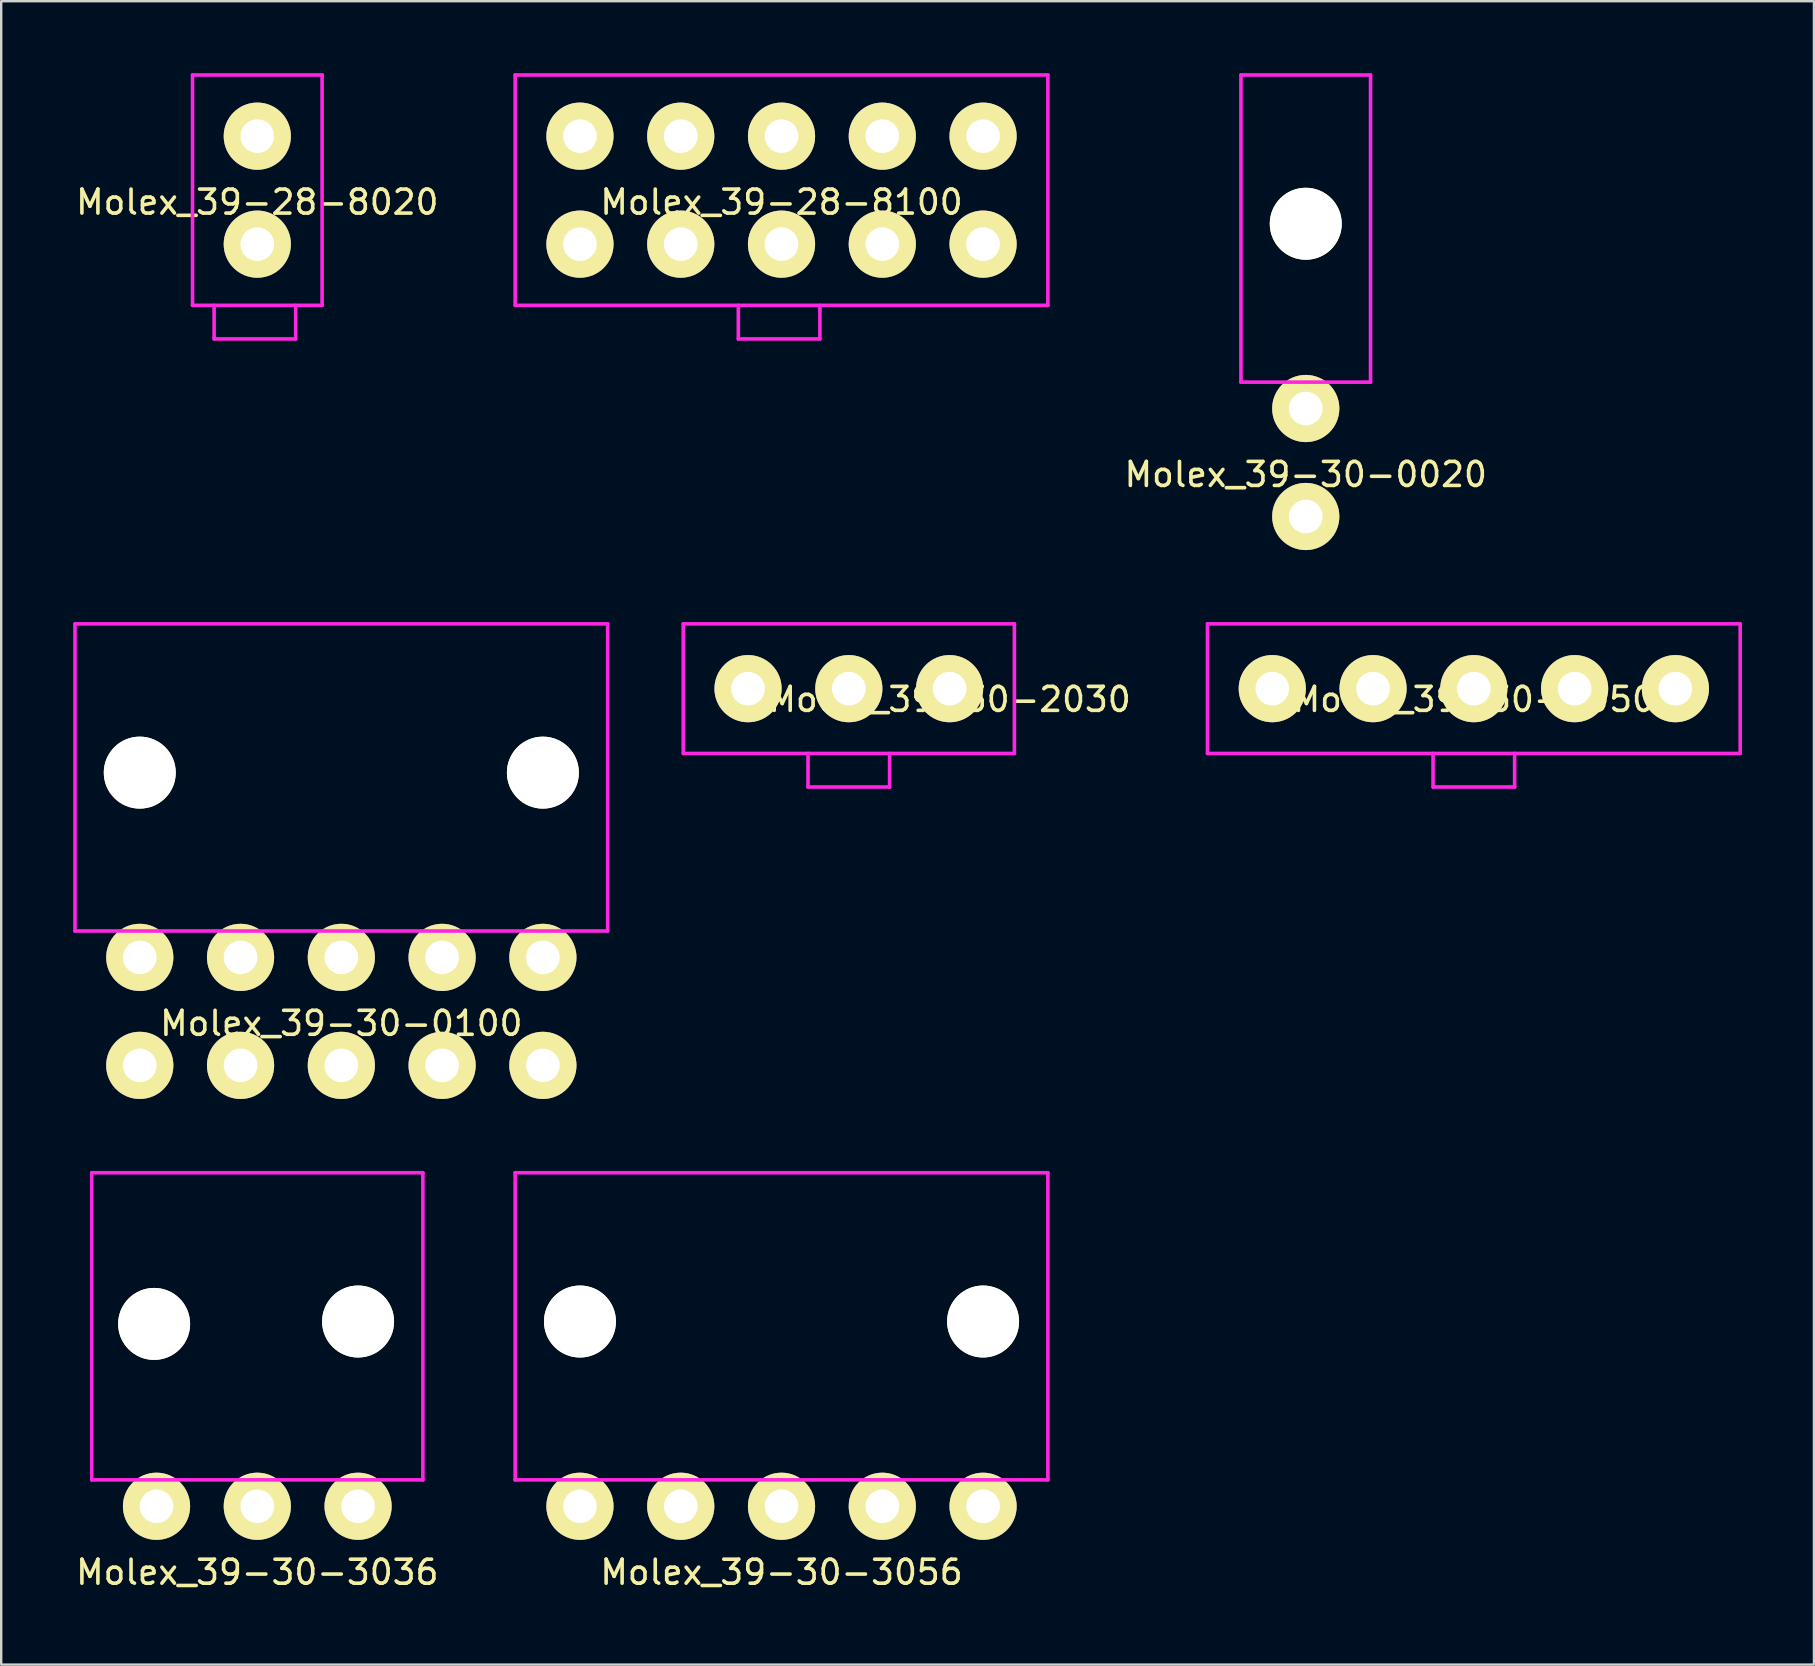
<source format=kicad_pcb>
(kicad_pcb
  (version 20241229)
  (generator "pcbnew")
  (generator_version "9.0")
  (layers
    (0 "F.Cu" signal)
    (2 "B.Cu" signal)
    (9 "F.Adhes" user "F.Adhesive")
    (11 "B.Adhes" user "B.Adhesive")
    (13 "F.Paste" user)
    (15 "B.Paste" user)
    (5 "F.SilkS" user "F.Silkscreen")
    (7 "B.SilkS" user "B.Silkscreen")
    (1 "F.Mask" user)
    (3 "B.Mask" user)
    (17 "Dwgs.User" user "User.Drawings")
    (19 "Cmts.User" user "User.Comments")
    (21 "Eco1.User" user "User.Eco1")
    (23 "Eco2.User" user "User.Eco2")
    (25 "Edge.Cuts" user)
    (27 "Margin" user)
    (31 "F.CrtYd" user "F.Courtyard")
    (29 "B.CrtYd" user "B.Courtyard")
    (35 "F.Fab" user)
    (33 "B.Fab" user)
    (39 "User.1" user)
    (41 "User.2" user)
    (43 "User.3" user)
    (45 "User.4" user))
  (footprint "Molex_39-28-8020"
    (layer "F.Cu")
    (at 7.673 4.875)
    (property "Reference" "Molex_39-28-8020" (at 0 0.5 0) (layer "F.SilkS") (effects (font (size 1 1) (thickness 0.15))))
    (attr through_hole)
    (fp_line (start -2.7 -4.8) (end 2.7 -4.8) (stroke (width 0.15) (type solid)) (layer "F.CrtYd"))
    (fp_line (start -2.7 4.8) (end -2.7 -4.8) (stroke (width 0.15) (type solid)) (layer "F.CrtYd"))
    (fp_line (start -1.8 6.2) (end -1.8 4.8) (stroke (width 0.15) (type solid)) (layer "F.CrtYd"))
    (fp_line (start 1.6 4.8) (end 1.6 6.2) (stroke (width 0.15) (type solid)) (layer "F.CrtYd"))
    (fp_line (start 1.6 6.2) (end -1.8 6.2) (stroke (width 0.15) (type solid)) (layer "F.CrtYd"))
    (fp_line (start 2.7 -4.8) (end 2.7 4.8) (stroke (width 0.15) (type solid)) (layer "F.CrtYd"))
    (fp_line (start 2.7 4.8) (end -2.7 4.8) (stroke (width 0.15) (type solid)) (layer "F.CrtYd"))
    (pad "1" thru_hole circle (at 0 -2.25) (size 2.8 2.8) (drill 1.4) (layers "*.Cu" "*.Mask" "F.SilkS"))
    (pad "2" thru_hole circle (at 0 2.25) (size 2.8 2.8) (drill 1.4) (layers "*.Cu" "*.Mask" "F.SilkS")))
  (footprint "Molex_39-30-0020"
    (layer "F.Cu")
    (at 51.368 16.225)
    (property "Reference" "Molex_39-30-0020" (at 0 0.5 0) (layer "F.SilkS") (effects (font (size 1 1) (thickness 0.15))))
    (attr through_hole)
    (fp_line (start -2.7 -16.15) (end 2.7 -16.15) (stroke (width 0.15) (type solid)) (layer "F.CrtYd"))
    (fp_line (start -2.7 -3.35) (end -2.7 -16.15) (stroke (width 0.15) (type solid)) (layer "F.CrtYd"))
    (fp_line (start 2.7 -16.15) (end 2.7 -3.35) (stroke (width 0.15) (type solid)) (layer "F.CrtYd"))
    (fp_line (start 2.7 -3.35) (end -2.7 -3.35) (stroke (width 0.15) (type solid)) (layer "F.CrtYd"))
    (pad "" np_thru_hole circle (at 0 -9.95) (size 3 3) (drill 3) (layers "*.Cu" "*.Mask" "F.SilkS"))
    (pad "1" thru_hole circle (at 0 -2.25) (size 2.8 2.8) (drill 1.4) (layers "*.Cu" "*.Mask" "F.SilkS"))
    (pad "2" thru_hole circle (at 0 2.25) (size 2.8 2.8) (drill 1.4) (layers "*.Cu" "*.Mask" "F.SilkS")))
  (footprint "Molex_39-28-8100"
    (layer "F.Cu")
    (at 29.52 4.875)
    (property "Reference" "Molex_39-28-8100" (at 0 0.5 0) (layer "F.SilkS") (effects (font (size 1 1) (thickness 0.15))))
    (attr through_hole)
    (fp_line (start -11.1 -4.8) (end 11.1 -4.8) (stroke (width 0.15) (type solid)) (layer "F.CrtYd"))
    (fp_line (start -11.1 4.8) (end -11.1 -4.8) (stroke (width 0.15) (type solid)) (layer "F.CrtYd"))
    (fp_line (start -1.8 6.2) (end -1.8 4.8) (stroke (width 0.15) (type solid)) (layer "F.CrtYd"))
    (fp_line (start 1.6 4.8) (end 1.6 6.2) (stroke (width 0.15) (type solid)) (layer "F.CrtYd"))
    (fp_line (start 1.6 6.2) (end -1.8 6.2) (stroke (width 0.15) (type solid)) (layer "F.CrtYd"))
    (fp_line (start 11.1 -4.8) (end 11.1 4.8) (stroke (width 0.15) (type solid)) (layer "F.CrtYd"))
    (fp_line (start 11.1 4.8) (end -11.1 4.8) (stroke (width 0.15) (type solid)) (layer "F.CrtYd"))
    (pad "1" thru_hole circle (at -8.4 -2.25) (size 2.8 2.8) (drill 1.4) (layers "*.Cu" "*.Mask" "F.SilkS"))
    (pad "2" thru_hole circle (at -4.2 -2.25) (size 2.8 2.8) (drill 1.4) (layers "*.Cu" "*.Mask" "F.SilkS"))
    (pad "3" thru_hole circle (at 0 -2.25) (size 2.8 2.8) (drill 1.4) (layers "*.Cu" "*.Mask" "F.SilkS"))
    (pad "4" thru_hole circle (at 4.2 -2.25) (size 2.8 2.8) (drill 1.4) (layers "*.Cu" "*.Mask" "F.SilkS"))
    (pad "5" thru_hole circle (at 8.4 -2.25) (size 2.8 2.8) (drill 1.4) (layers "*.Cu" "*.Mask" "F.SilkS"))
    (pad "6" thru_hole circle (at -8.4 2.25) (size 2.8 2.8) (drill 1.4) (layers "*.Cu" "*.Mask" "F.SilkS"))
    (pad "7" thru_hole circle (at -4.2 2.25) (size 2.8 2.8) (drill 1.4) (layers "*.Cu" "*.Mask" "F.SilkS"))
    (pad "8" thru_hole circle (at 0 2.25) (size 2.8 2.8) (drill 1.4) (layers "*.Cu" "*.Mask" "F.SilkS"))
    (pad "9" thru_hole circle (at 4.2 2.25) (size 2.8 2.8) (drill 1.4) (layers "*.Cu" "*.Mask" "F.SilkS"))
    (pad "10" thru_hole circle (at 8.4 2.25) (size 2.8 2.8) (drill 1.4) (layers "*.Cu" "*.Mask" "F.SilkS")))
  (footprint "Molex_39-30-3056"
    (layer "F.Cu")
    (at 29.52 61.975)
    (property "Reference" "Molex_39-30-3056" (at 0 0.5 0) (layer "F.SilkS") (effects (font (size 1 1) (thickness 0.15))))
    (attr through_hole)
    (fp_line (start -11.1 -16.15) (end 11.1 -16.15) (stroke (width 0.15) (type solid)) (layer "F.CrtYd"))
    (fp_line (start -11.1 -3.35) (end -11.1 -16.15) (stroke (width 0.15) (type solid)) (layer "F.CrtYd"))
    (fp_line (start 11.1 -16.15) (end 11.1 -3.35) (stroke (width 0.15) (type solid)) (layer "F.CrtYd"))
    (fp_line (start 11.1 -3.35) (end -11.1 -3.35) (stroke (width 0.15) (type solid)) (layer "F.CrtYd"))
    (pad "" np_thru_hole circle (at -8.4 -9.95) (size 3 3) (drill 3) (layers "*.Cu" "*.Mask" "F.SilkS"))
    (pad "" np_thru_hole circle (at 8.4 -9.95) (size 3 3) (drill 3) (layers "*.Cu" "*.Mask" "F.SilkS"))
    (pad "1" thru_hole circle (at -8.4 -2.25) (size 2.8 2.8) (drill 1.4) (layers "*.Cu" "*.Mask" "F.SilkS"))
    (pad "2" thru_hole circle (at -4.2 -2.25) (size 2.8 2.8) (drill 1.4) (layers "*.Cu" "*.Mask" "F.SilkS"))
    (pad "3" thru_hole circle (at 0 -2.25) (size 2.8 2.8) (drill 1.4) (layers "*.Cu" "*.Mask" "F.SilkS"))
    (pad "4" thru_hole circle (at 4.2 -2.25) (size 2.8 2.8) (drill 1.4) (layers "*.Cu" "*.Mask" "F.SilkS"))
    (pad "5" thru_hole circle (at 8.4 -2.25) (size 2.8 2.8) (drill 1.4) (layers "*.Cu" "*.Mask" "F.SilkS")))
  (footprint "Molex_39-30-3036"
    (layer "F.Cu")
    (at 7.673 61.975)
    (property "Reference" "Molex_39-30-3036" (at 0 0.5 0) (layer "F.SilkS") (effects (font (size 1 1) (thickness 0.15))))
    (attr through_hole)
    (fp_line (start -6.9 -16.15) (end 6.9 -16.15) (stroke (width 0.15) (type solid)) (layer "F.CrtYd"))
    (fp_line (start -6.9 -3.35) (end -6.9 -16.15) (stroke (width 0.15) (type solid)) (layer "F.CrtYd"))
    (fp_line (start 6.9 -16.15) (end 6.9 -3.35) (stroke (width 0.15) (type solid)) (layer "F.CrtYd"))
    (fp_line (start 6.9 -3.35) (end -6.9 -3.35) (stroke (width 0.15) (type solid)) (layer "F.CrtYd"))
    (pad "" np_thru_hole circle (at -4.3 -9.85) (size 3 3) (drill 3) (layers "*.Cu" "*.Mask" "F.SilkS"))
    (pad "" np_thru_hole circle (at 4.2 -9.95) (size 3 3) (drill 3) (layers "*.Cu" "*.Mask" "F.SilkS"))
    (pad "1" thru_hole circle (at -4.2 -2.25) (size 2.8 2.8) (drill 1.4) (layers "*.Cu" "*.Mask" "F.SilkS"))
    (pad "2" thru_hole circle (at 0 -2.25) (size 2.8 2.8) (drill 1.4) (layers "*.Cu" "*.Mask" "F.SilkS"))
    (pad "3" thru_hole circle (at 4.2 -2.25) (size 2.8 2.8) (drill 1.4) (layers "*.Cu" "*.Mask" "F.SilkS")))
  (footprint "Molex_39-30-2050"
    (layer "F.Cu")
    (at 58.373 25.65)
    (property "Reference" "Molex_39-30-2050" (at 0 0.45 0) (layer "F.SilkS") (effects (font (size 1 1) (thickness 0.15))))
    (attr through_hole)
    (fp_line (start -11.1 -2.7) (end 11.1 -2.7) (stroke (width 0.15) (type solid)) (layer "F.CrtYd"))
    (fp_line (start -11.1 2.7) (end -11.1 -2.7) (stroke (width 0.15) (type solid)) (layer "F.CrtYd"))
    (fp_line (start -1.7 4.1) (end -1.7 2.7) (stroke (width 0.15) (type solid)) (layer "F.CrtYd"))
    (fp_line (start 1.7 2.7) (end 1.7 4.1) (stroke (width 0.15) (type solid)) (layer "F.CrtYd"))
    (fp_line (start 1.7 4.1) (end -1.7 4.1) (stroke (width 0.15) (type solid)) (layer "F.CrtYd"))
    (fp_line (start 11.1 -2.7) (end 11.1 2.7) (stroke (width 0.15) (type solid)) (layer "F.CrtYd"))
    (fp_line (start 11.1 2.7) (end -11.1 2.7) (stroke (width 0.15) (type solid)) (layer "F.CrtYd"))
    (pad "1" thru_hole circle (at -8.4 0) (size 2.8 2.8) (drill 1.4) (layers "*.Cu" "*.Mask" "F.SilkS"))
    (pad "2" thru_hole circle (at -4.2 0) (size 2.8 2.8) (drill 1.4) (layers "*.Cu" "*.Mask" "F.SilkS"))
    (pad "3" thru_hole circle (at 0 0) (size 2.8 2.8) (drill 1.4) (layers "*.Cu" "*.Mask" "F.SilkS"))
    (pad "4" thru_hole circle (at 4.2 0) (size 2.8 2.8) (drill 1.4) (layers "*.Cu" "*.Mask" "F.SilkS"))
    (pad "5" thru_hole circle (at 8.4 0) (size 2.8 2.8) (drill 1.4) (layers "*.Cu" "*.Mask" "F.SilkS")))
  (footprint "Molex_39-30-2030"
    (layer "F.Cu")
    (at 32.325 25.65)
    (property "Reference" "Molex_39-30-2030" (at 4.2 0.45 0) (layer "F.SilkS") (effects (font (size 1 1) (thickness 0.15))))
    (attr through_hole)
    (fp_line (start -6.9 -2.7) (end 6.9 -2.7) (stroke (width 0.15) (type solid)) (layer "F.CrtYd"))
    (fp_line (start -6.9 2.7) (end -6.9 -2.7) (stroke (width 0.15) (type solid)) (layer "F.CrtYd"))
    (fp_line (start -1.7 4.1) (end -1.7 2.7) (stroke (width 0.15) (type solid)) (layer "F.CrtYd"))
    (fp_line (start 1.7 2.7) (end 1.7 4.1) (stroke (width 0.15) (type solid)) (layer "F.CrtYd"))
    (fp_line (start 1.7 4.1) (end -1.7 4.1) (stroke (width 0.15) (type solid)) (layer "F.CrtYd"))
    (fp_line (start 6.9 -2.7) (end 6.9 2.7) (stroke (width 0.15) (type solid)) (layer "F.CrtYd"))
    (fp_line (start 6.9 2.7) (end -6.9 2.7) (stroke (width 0.15) (type solid)) (layer "F.CrtYd"))
    (pad "1" thru_hole circle (at -4.2 0) (size 2.8 2.8) (drill 1.4) (layers "*.Cu" "*.Mask" "F.SilkS"))
    (pad "2" thru_hole circle (at 0 0) (size 2.8 2.8) (drill 1.4) (layers "*.Cu" "*.Mask" "F.SilkS"))
    (pad "3" thru_hole circle (at 4.2 0) (size 2.8 2.8) (drill 1.4) (layers "*.Cu" "*.Mask" "F.SilkS")))
  (footprint "Molex_39-30-0100"
    (layer "F.Cu")
    (at 11.175 39.1)
    (property "Reference" "Molex_39-30-0100" (at 0 0.5 0) (layer "F.SilkS") (effects (font (size 1 1) (thickness 0.15))))
    (attr through_hole)
    (fp_line (start -11.1 -16.15) (end 11.1 -16.15) (stroke (width 0.15) (type solid)) (layer "F.CrtYd"))
    (fp_line (start -11.1 -3.35) (end -11.1 -16.15) (stroke (width 0.15) (type solid)) (layer "F.CrtYd"))
    (fp_line (start 11.1 -16.15) (end 11.1 -3.35) (stroke (width 0.15) (type solid)) (layer "F.CrtYd"))
    (fp_line (start 11.1 -3.35) (end -11.1 -3.35) (stroke (width 0.15) (type solid)) (layer "F.CrtYd"))
    (pad "" np_thru_hole circle (at -8.4 -9.95) (size 3 3) (drill 3) (layers "*.Cu" "*.Mask" "F.SilkS"))
    (pad "" np_thru_hole circle (at 8.4 -9.95) (size 3 3) (drill 3) (layers "*.Cu" "*.Mask" "F.SilkS"))
    (pad "1" thru_hole circle (at -8.4 -2.25) (size 2.8 2.8) (drill 1.4) (layers "*.Cu" "*.Mask" "F.SilkS"))
    (pad "2" thru_hole circle (at -4.2 -2.25) (size 2.8 2.8) (drill 1.4) (layers "*.Cu" "*.Mask" "F.SilkS"))
    (pad "3" thru_hole circle (at 0 -2.25) (size 2.8 2.8) (drill 1.4) (layers "*.Cu" "*.Mask" "F.SilkS"))
    (pad "4" thru_hole circle (at 4.2 -2.25) (size 2.8 2.8) (drill 1.4) (layers "*.Cu" "*.Mask" "F.SilkS"))
    (pad "5" thru_hole circle (at 8.4 -2.25) (size 2.8 2.8) (drill 1.4) (layers "*.Cu" "*.Mask" "F.SilkS"))
    (pad "6" thru_hole circle (at -8.4 2.25) (size 2.8 2.8) (drill 1.4) (layers "*.Cu" "*.Mask" "F.SilkS"))
    (pad "7" thru_hole circle (at -4.2 2.25) (size 2.8 2.8) (drill 1.4) (layers "*.Cu" "*.Mask" "F.SilkS"))
    (pad "8" thru_hole circle (at 0 2.25) (size 2.8 2.8) (drill 1.4) (layers "*.Cu" "*.Mask" "F.SilkS"))
    (pad "9" thru_hole circle (at 4.2 2.25) (size 2.8 2.8) (drill 1.4) (layers "*.Cu" "*.Mask" "F.SilkS"))
    (pad "10" thru_hole circle (at 8.4 2.25) (size 2.8 2.8) (drill 1.4) (layers "*.Cu" "*.Mask" "F.SilkS")))
  (gr_rect
    (start -3 -3)
    (end 72.548 66.323)
    (stroke (width 0.1) (type default))
    (fill no)
    (layer "Edge.Cuts")))
</source>
